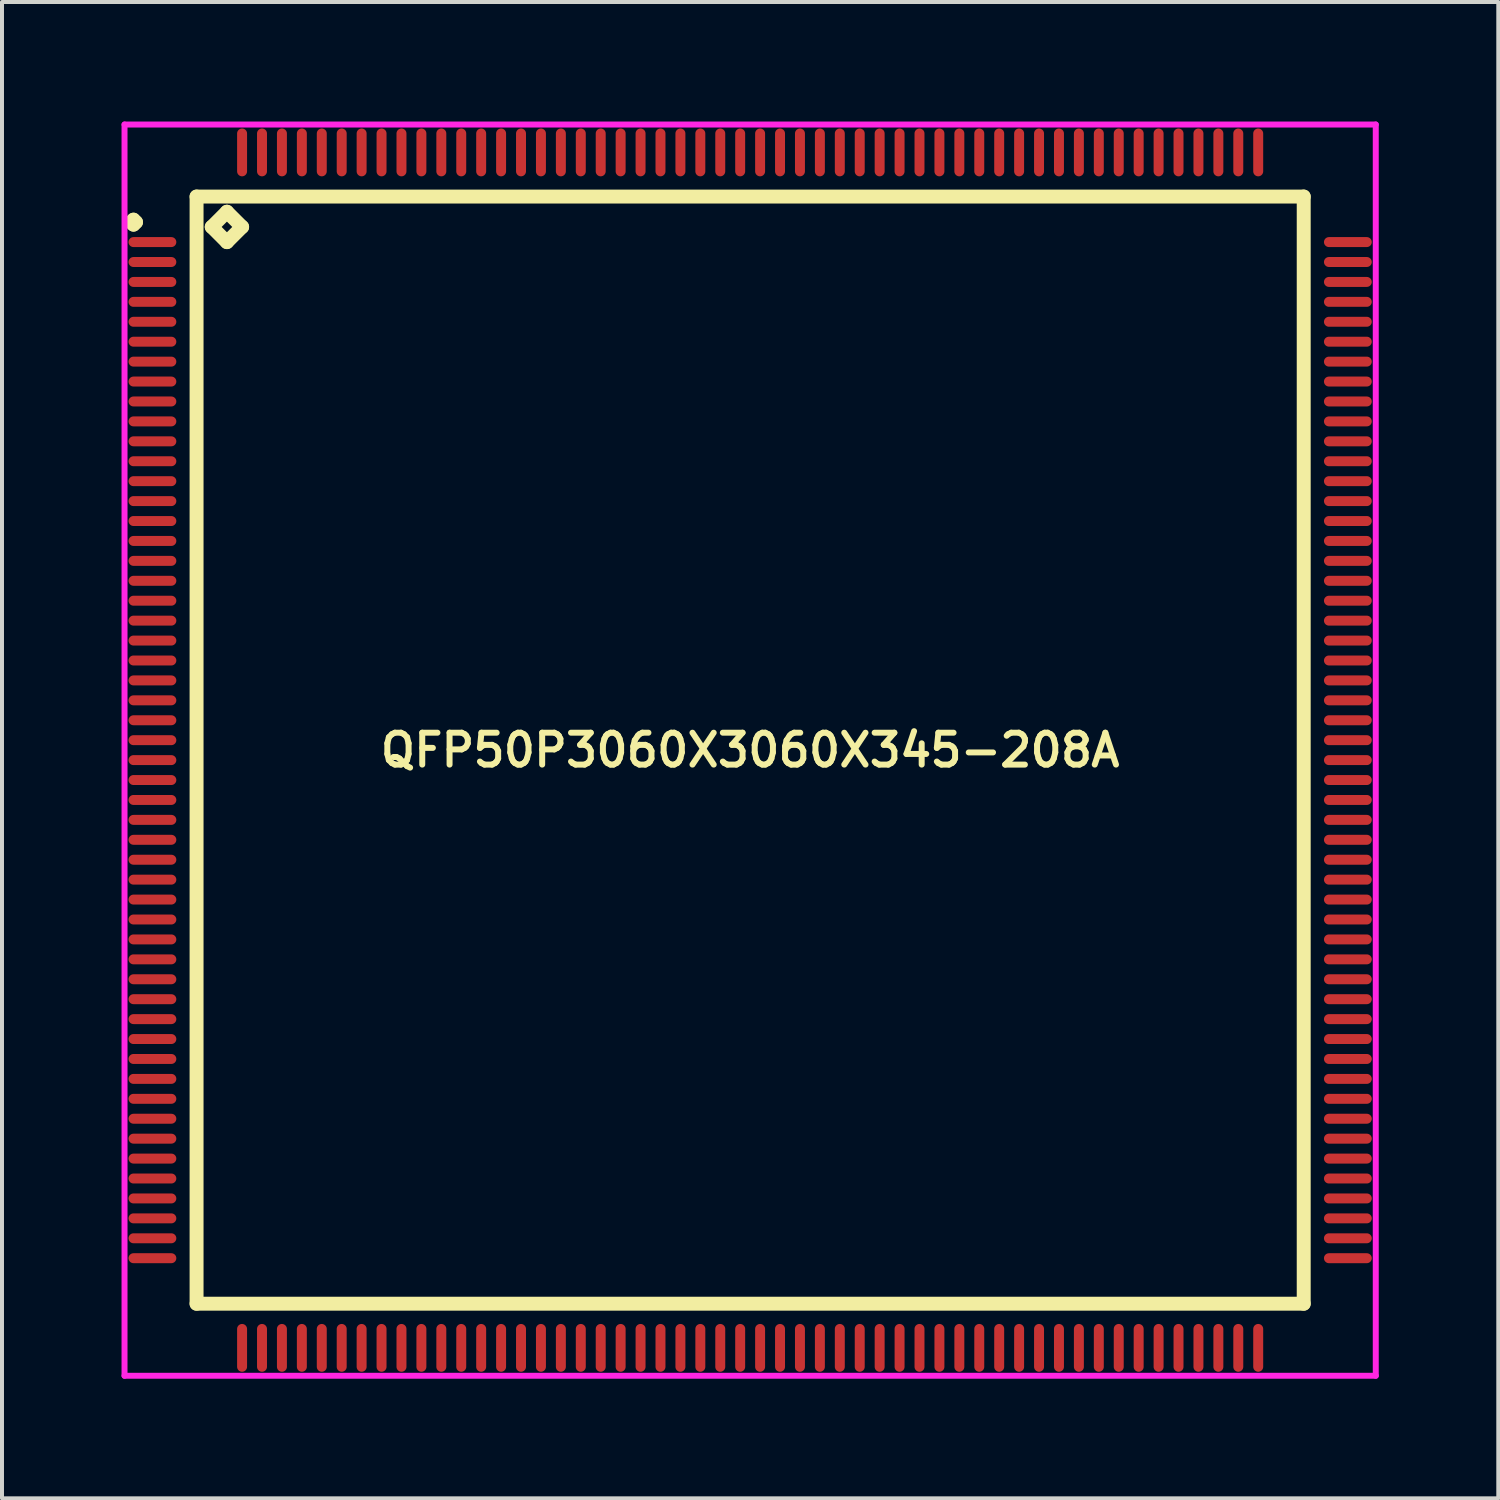
<source format=kicad_pcb>
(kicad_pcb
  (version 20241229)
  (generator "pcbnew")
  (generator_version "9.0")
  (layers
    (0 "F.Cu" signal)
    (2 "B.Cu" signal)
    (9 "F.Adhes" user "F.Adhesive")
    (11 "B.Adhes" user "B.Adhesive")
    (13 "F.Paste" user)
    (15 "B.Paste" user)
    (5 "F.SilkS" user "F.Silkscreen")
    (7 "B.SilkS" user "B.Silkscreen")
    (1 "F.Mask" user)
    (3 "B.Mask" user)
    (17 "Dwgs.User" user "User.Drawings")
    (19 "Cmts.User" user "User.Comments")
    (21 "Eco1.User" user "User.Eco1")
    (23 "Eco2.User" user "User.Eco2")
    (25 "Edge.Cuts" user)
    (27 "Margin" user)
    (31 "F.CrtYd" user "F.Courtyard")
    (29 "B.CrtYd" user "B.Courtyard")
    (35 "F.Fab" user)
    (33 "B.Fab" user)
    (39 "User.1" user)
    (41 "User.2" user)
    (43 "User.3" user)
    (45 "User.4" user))
  (footprint "QFP50P3060X3060X345-208A"
    (layer "F.Cu")
    (at 15.775 15.775)
    (property "Reference" "QFP50P3060X3060X345-208A" (at 0 0 0) (layer "F.SilkS") (effects (font (size 0.8 0.8) (thickness 0.15))))
    (attr through_hole)
    (fp_line (start -15.537 -13.25) (end -15.475 -13.312) (stroke (width 0.35) (type solid)) (layer "F.SilkS"))
    (fp_line (start -15.475 -13.312) (end -15.412 -13.25) (stroke (width 0.35) (type solid)) (layer "F.SilkS"))
    (fp_line (start -15.475 -13.188) (end -15.537 -13.25) (stroke (width 0.35) (type solid)) (layer "F.SilkS"))
    (fp_line (start -15.412 -13.25) (end -15.475 -13.188) (stroke (width 0.35) (type solid)) (layer "F.SilkS"))
    (fp_line (start -13.892 -13.892) (end -13.892 13.892) (stroke (width 0.35) (type solid)) (layer "F.SilkS"))
    (fp_line (start -13.892 13.892) (end 13.892 13.892) (stroke (width 0.35) (type solid)) (layer "F.SilkS"))
    (fp_line (start -13.511 -13.13) (end -13.13 -13.511) (stroke (width 0.35) (type solid)) (layer "F.SilkS"))
    (fp_line (start -13.13 -13.511) (end -12.749 -13.13) (stroke (width 0.35) (type solid)) (layer "F.SilkS"))
    (fp_line (start -13.13 -12.749) (end -13.511 -13.13) (stroke (width 0.35) (type solid)) (layer "F.SilkS"))
    (fp_line (start -12.749 -13.13) (end -13.13 -12.749) (stroke (width 0.35) (type solid)) (layer "F.SilkS"))
    (fp_line (start 13.892 -13.892) (end -13.892 -13.892) (stroke (width 0.35) (type solid)) (layer "F.SilkS"))
    (fp_line (start 13.892 13.892) (end 13.892 -13.892) (stroke (width 0.35) (type solid)) (layer "F.SilkS"))
    (fp_line (start -15.7 -15.7) (end 15.7 -15.7) (stroke (width 0.15) (type solid)) (layer "F.CrtYd"))
    (fp_line (start -15.7 15.7) (end -15.7 -15.7) (stroke (width 0.15) (type solid)) (layer "F.CrtYd"))
    (fp_line (start 15.7 -15.7) (end 15.7 15.7) (stroke (width 0.15) (type solid)) (layer "F.CrtYd"))
    (fp_line (start 15.7 15.7) (end -15.7 15.7) (stroke (width 0.15) (type solid)) (layer "F.CrtYd"))
    (pad "1" smd oval (at -15 -12.75) (size 1.2 0.25) (layers "F.Cu" "F.Mask" "F.Paste"))
    (pad "2" smd oval (at -15 -12.25) (size 1.2 0.25) (layers "F.Cu" "F.Mask" "F.Paste"))
    (pad "3" smd oval (at -15 -11.75) (size 1.2 0.25) (layers "F.Cu" "F.Mask" "F.Paste"))
    (pad "4" smd oval (at -15 -11.25) (size 1.2 0.25) (layers "F.Cu" "F.Mask" "F.Paste"))
    (pad "5" smd oval (at -15 -10.75) (size 1.2 0.25) (layers "F.Cu" "F.Mask" "F.Paste"))
    (pad "6" smd oval (at -15 -10.25) (size 1.2 0.25) (layers "F.Cu" "F.Mask" "F.Paste"))
    (pad "7" smd oval (at -15 -9.75) (size 1.2 0.25) (layers "F.Cu" "F.Mask" "F.Paste"))
    (pad "8" smd oval (at -15 -9.25) (size 1.2 0.25) (layers "F.Cu" "F.Mask" "F.Paste"))
    (pad "9" smd oval (at -15 -8.75) (size 1.2 0.25) (layers "F.Cu" "F.Mask" "F.Paste"))
    (pad "10" smd oval (at -15 -8.25) (size 1.2 0.25) (layers "F.Cu" "F.Mask" "F.Paste"))
    (pad "11" smd oval (at -15 -7.75) (size 1.2 0.25) (layers "F.Cu" "F.Mask" "F.Paste"))
    (pad "12" smd oval (at -15 -7.25) (size 1.2 0.25) (layers "F.Cu" "F.Mask" "F.Paste"))
    (pad "13" smd oval (at -15 -6.75) (size 1.2 0.25) (layers "F.Cu" "F.Mask" "F.Paste"))
    (pad "14" smd oval (at -15 -6.25) (size 1.2 0.25) (layers "F.Cu" "F.Mask" "F.Paste"))
    (pad "15" smd oval (at -15 -5.75) (size 1.2 0.25) (layers "F.Cu" "F.Mask" "F.Paste"))
    (pad "16" smd oval (at -15 -5.25) (size 1.2 0.25) (layers "F.Cu" "F.Mask" "F.Paste"))
    (pad "17" smd oval (at -15 -4.75) (size 1.2 0.25) (layers "F.Cu" "F.Mask" "F.Paste"))
    (pad "18" smd oval (at -15 -4.25) (size 1.2 0.25) (layers "F.Cu" "F.Mask" "F.Paste"))
    (pad "19" smd oval (at -15 -3.75) (size 1.2 0.25) (layers "F.Cu" "F.Mask" "F.Paste"))
    (pad "20" smd oval (at -15 -3.25) (size 1.2 0.25) (layers "F.Cu" "F.Mask" "F.Paste"))
    (pad "21" smd oval (at -15 -2.75) (size 1.2 0.25) (layers "F.Cu" "F.Mask" "F.Paste"))
    (pad "22" smd oval (at -15 -2.25) (size 1.2 0.25) (layers "F.Cu" "F.Mask" "F.Paste"))
    (pad "23" smd oval (at -15 -1.75) (size 1.2 0.25) (layers "F.Cu" "F.Mask" "F.Paste"))
    (pad "24" smd oval (at -15 -1.25) (size 1.2 0.25) (layers "F.Cu" "F.Mask" "F.Paste"))
    (pad "25" smd oval (at -15 -0.75) (size 1.2 0.25) (layers "F.Cu" "F.Mask" "F.Paste"))
    (pad "26" smd oval (at -15 -0.25) (size 1.2 0.25) (layers "F.Cu" "F.Mask" "F.Paste"))
    (pad "27" smd oval (at -15 0.25) (size 1.2 0.25) (layers "F.Cu" "F.Mask" "F.Paste"))
    (pad "28" smd oval (at -15 0.75) (size 1.2 0.25) (layers "F.Cu" "F.Mask" "F.Paste"))
    (pad "29" smd oval (at -15 1.25) (size 1.2 0.25) (layers "F.Cu" "F.Mask" "F.Paste"))
    (pad "30" smd oval (at -15 1.75) (size 1.2 0.25) (layers "F.Cu" "F.Mask" "F.Paste"))
    (pad "31" smd oval (at -15 2.25) (size 1.2 0.25) (layers "F.Cu" "F.Mask" "F.Paste"))
    (pad "32" smd oval (at -15 2.75) (size 1.2 0.25) (layers "F.Cu" "F.Mask" "F.Paste"))
    (pad "33" smd oval (at -15 3.25) (size 1.2 0.25) (layers "F.Cu" "F.Mask" "F.Paste"))
    (pad "34" smd oval (at -15 3.75) (size 1.2 0.25) (layers "F.Cu" "F.Mask" "F.Paste"))
    (pad "35" smd oval (at -15 4.25) (size 1.2 0.25) (layers "F.Cu" "F.Mask" "F.Paste"))
    (pad "36" smd oval (at -15 4.75) (size 1.2 0.25) (layers "F.Cu" "F.Mask" "F.Paste"))
    (pad "37" smd oval (at -15 5.25) (size 1.2 0.25) (layers "F.Cu" "F.Mask" "F.Paste"))
    (pad "38" smd oval (at -15 5.75) (size 1.2 0.25) (layers "F.Cu" "F.Mask" "F.Paste"))
    (pad "39" smd oval (at -15 6.25) (size 1.2 0.25) (layers "F.Cu" "F.Mask" "F.Paste"))
    (pad "40" smd oval (at -15 6.75) (size 1.2 0.25) (layers "F.Cu" "F.Mask" "F.Paste"))
    (pad "41" smd oval (at -15 7.25) (size 1.2 0.25) (layers "F.Cu" "F.Mask" "F.Paste"))
    (pad "42" smd oval (at -15 7.75) (size 1.2 0.25) (layers "F.Cu" "F.Mask" "F.Paste"))
    (pad "43" smd oval (at -15 8.25) (size 1.2 0.25) (layers "F.Cu" "F.Mask" "F.Paste"))
    (pad "44" smd oval (at -15 8.75) (size 1.2 0.25) (layers "F.Cu" "F.Mask" "F.Paste"))
    (pad "45" smd oval (at -15 9.25) (size 1.2 0.25) (layers "F.Cu" "F.Mask" "F.Paste"))
    (pad "46" smd oval (at -15 9.75) (size 1.2 0.25) (layers "F.Cu" "F.Mask" "F.Paste"))
    (pad "47" smd oval (at -15 10.25) (size 1.2 0.25) (layers "F.Cu" "F.Mask" "F.Paste"))
    (pad "48" smd oval (at -15 10.75) (size 1.2 0.25) (layers "F.Cu" "F.Mask" "F.Paste"))
    (pad "49" smd oval (at -15 11.25) (size 1.2 0.25) (layers "F.Cu" "F.Mask" "F.Paste"))
    (pad "50" smd oval (at -15 11.75) (size 1.2 0.25) (layers "F.Cu" "F.Mask" "F.Paste"))
    (pad "51" smd oval (at -15 12.25) (size 1.2 0.25) (layers "F.Cu" "F.Mask" "F.Paste"))
    (pad "52" smd oval (at -15 12.75) (size 1.2 0.25) (layers "F.Cu" "F.Mask" "F.Paste"))
    (pad "53" smd oval (at -12.75 15) (size 0.25 1.2) (layers "F.Cu" "F.Mask" "F.Paste"))
    (pad "54" smd oval (at -12.25 15) (size 0.25 1.2) (layers "F.Cu" "F.Mask" "F.Paste"))
    (pad "55" smd oval (at -11.75 15) (size 0.25 1.2) (layers "F.Cu" "F.Mask" "F.Paste"))
    (pad "56" smd oval (at -11.25 15) (size 0.25 1.2) (layers "F.Cu" "F.Mask" "F.Paste"))
    (pad "57" smd oval (at -10.75 15) (size 0.25 1.2) (layers "F.Cu" "F.Mask" "F.Paste"))
    (pad "58" smd oval (at -10.25 15) (size 0.25 1.2) (layers "F.Cu" "F.Mask" "F.Paste"))
    (pad "59" smd oval (at -9.75 15) (size 0.25 1.2) (layers "F.Cu" "F.Mask" "F.Paste"))
    (pad "60" smd oval (at -9.25 15) (size 0.25 1.2) (layers "F.Cu" "F.Mask" "F.Paste"))
    (pad "61" smd oval (at -8.75 15) (size 0.25 1.2) (layers "F.Cu" "F.Mask" "F.Paste"))
    (pad "62" smd oval (at -8.25 15) (size 0.25 1.2) (layers "F.Cu" "F.Mask" "F.Paste"))
    (pad "63" smd oval (at -7.75 15) (size 0.25 1.2) (layers "F.Cu" "F.Mask" "F.Paste"))
    (pad "64" smd oval (at -7.25 15) (size 0.25 1.2) (layers "F.Cu" "F.Mask" "F.Paste"))
    (pad "65" smd oval (at -6.75 15) (size 0.25 1.2) (layers "F.Cu" "F.Mask" "F.Paste"))
    (pad "66" smd oval (at -6.25 15) (size 0.25 1.2) (layers "F.Cu" "F.Mask" "F.Paste"))
    (pad "67" smd oval (at -5.75 15) (size 0.25 1.2) (layers "F.Cu" "F.Mask" "F.Paste"))
    (pad "68" smd oval (at -5.25 15) (size 0.25 1.2) (layers "F.Cu" "F.Mask" "F.Paste"))
    (pad "69" smd oval (at -4.75 15) (size 0.25 1.2) (layers "F.Cu" "F.Mask" "F.Paste"))
    (pad "70" smd oval (at -4.25 15) (size 0.25 1.2) (layers "F.Cu" "F.Mask" "F.Paste"))
    (pad "71" smd oval (at -3.75 15) (size 0.25 1.2) (layers "F.Cu" "F.Mask" "F.Paste"))
    (pad "72" smd oval (at -3.25 15) (size 0.25 1.2) (layers "F.Cu" "F.Mask" "F.Paste"))
    (pad "73" smd oval (at -2.75 15) (size 0.25 1.2) (layers "F.Cu" "F.Mask" "F.Paste"))
    (pad "74" smd oval (at -2.25 15) (size 0.25 1.2) (layers "F.Cu" "F.Mask" "F.Paste"))
    (pad "75" smd oval (at -1.75 15) (size 0.25 1.2) (layers "F.Cu" "F.Mask" "F.Paste"))
    (pad "76" smd oval (at -1.25 15) (size 0.25 1.2) (layers "F.Cu" "F.Mask" "F.Paste"))
    (pad "77" smd oval (at -0.75 15) (size 0.25 1.2) (layers "F.Cu" "F.Mask" "F.Paste"))
    (pad "78" smd oval (at -0.25 15) (size 0.25 1.2) (layers "F.Cu" "F.Mask" "F.Paste"))
    (pad "79" smd oval (at 0.25 15) (size 0.25 1.2) (layers "F.Cu" "F.Mask" "F.Paste"))
    (pad "80" smd oval (at 0.75 15) (size 0.25 1.2) (layers "F.Cu" "F.Mask" "F.Paste"))
    (pad "81" smd oval (at 1.25 15) (size 0.25 1.2) (layers "F.Cu" "F.Mask" "F.Paste"))
    (pad "82" smd oval (at 1.75 15) (size 0.25 1.2) (layers "F.Cu" "F.Mask" "F.Paste"))
    (pad "83" smd oval (at 2.25 15) (size 0.25 1.2) (layers "F.Cu" "F.Mask" "F.Paste"))
    (pad "84" smd oval (at 2.75 15) (size 0.25 1.2) (layers "F.Cu" "F.Mask" "F.Paste"))
    (pad "85" smd oval (at 3.25 15) (size 0.25 1.2) (layers "F.Cu" "F.Mask" "F.Paste"))
    (pad "86" smd oval (at 3.75 15) (size 0.25 1.2) (layers "F.Cu" "F.Mask" "F.Paste"))
    (pad "87" smd oval (at 4.25 15) (size 0.25 1.2) (layers "F.Cu" "F.Mask" "F.Paste"))
    (pad "88" smd oval (at 4.75 15) (size 0.25 1.2) (layers "F.Cu" "F.Mask" "F.Paste"))
    (pad "89" smd oval (at 5.25 15) (size 0.25 1.2) (layers "F.Cu" "F.Mask" "F.Paste"))
    (pad "90" smd oval (at 5.75 15) (size 0.25 1.2) (layers "F.Cu" "F.Mask" "F.Paste"))
    (pad "91" smd oval (at 6.25 15) (size 0.25 1.2) (layers "F.Cu" "F.Mask" "F.Paste"))
    (pad "92" smd oval (at 6.75 15) (size 0.25 1.2) (layers "F.Cu" "F.Mask" "F.Paste"))
    (pad "93" smd oval (at 7.25 15) (size 0.25 1.2) (layers "F.Cu" "F.Mask" "F.Paste"))
    (pad "94" smd oval (at 7.75 15) (size 0.25 1.2) (layers "F.Cu" "F.Mask" "F.Paste"))
    (pad "95" smd oval (at 8.25 15) (size 0.25 1.2) (layers "F.Cu" "F.Mask" "F.Paste"))
    (pad "96" smd oval (at 8.75 15) (size 0.25 1.2) (layers "F.Cu" "F.Mask" "F.Paste"))
    (pad "97" smd oval (at 9.25 15) (size 0.25 1.2) (layers "F.Cu" "F.Mask" "F.Paste"))
    (pad "98" smd oval (at 9.75 15) (size 0.25 1.2) (layers "F.Cu" "F.Mask" "F.Paste"))
    (pad "99" smd oval (at 10.25 15) (size 0.25 1.2) (layers "F.Cu" "F.Mask" "F.Paste"))
    (pad "100" smd oval (at 10.75 15) (size 0.25 1.2) (layers "F.Cu" "F.Mask" "F.Paste"))
    (pad "101" smd oval (at 11.25 15) (size 0.25 1.2) (layers "F.Cu" "F.Mask" "F.Paste"))
    (pad "102" smd oval (at 11.75 15) (size 0.25 1.2) (layers "F.Cu" "F.Mask" "F.Paste"))
    (pad "103" smd oval (at 12.25 15) (size 0.25 1.2) (layers "F.Cu" "F.Mask" "F.Paste"))
    (pad "104" smd oval (at 12.75 15) (size 0.25 1.2) (layers "F.Cu" "F.Mask" "F.Paste"))
    (pad "105" smd oval (at 15 12.75) (size 1.2 0.25) (layers "F.Cu" "F.Mask" "F.Paste"))
    (pad "106" smd oval (at 15 12.25) (size 1.2 0.25) (layers "F.Cu" "F.Mask" "F.Paste"))
    (pad "107" smd oval (at 15 11.75) (size 1.2 0.25) (layers "F.Cu" "F.Mask" "F.Paste"))
    (pad "108" smd oval (at 15 11.25) (size 1.2 0.25) (layers "F.Cu" "F.Mask" "F.Paste"))
    (pad "109" smd oval (at 15 10.75) (size 1.2 0.25) (layers "F.Cu" "F.Mask" "F.Paste"))
    (pad "110" smd oval (at 15 10.25) (size 1.2 0.25) (layers "F.Cu" "F.Mask" "F.Paste"))
    (pad "111" smd oval (at 15 9.75) (size 1.2 0.25) (layers "F.Cu" "F.Mask" "F.Paste"))
    (pad "112" smd oval (at 15 9.25) (size 1.2 0.25) (layers "F.Cu" "F.Mask" "F.Paste"))
    (pad "113" smd oval (at 15 8.75) (size 1.2 0.25) (layers "F.Cu" "F.Mask" "F.Paste"))
    (pad "114" smd oval (at 15 8.25) (size 1.2 0.25) (layers "F.Cu" "F.Mask" "F.Paste"))
    (pad "115" smd oval (at 15 7.75) (size 1.2 0.25) (layers "F.Cu" "F.Mask" "F.Paste"))
    (pad "116" smd oval (at 15 7.25) (size 1.2 0.25) (layers "F.Cu" "F.Mask" "F.Paste"))
    (pad "117" smd oval (at 15 6.75) (size 1.2 0.25) (layers "F.Cu" "F.Mask" "F.Paste"))
    (pad "118" smd oval (at 15 6.25) (size 1.2 0.25) (layers "F.Cu" "F.Mask" "F.Paste"))
    (pad "119" smd oval (at 15 5.75) (size 1.2 0.25) (layers "F.Cu" "F.Mask" "F.Paste"))
    (pad "120" smd oval (at 15 5.25) (size 1.2 0.25) (layers "F.Cu" "F.Mask" "F.Paste"))
    (pad "121" smd oval (at 15 4.75) (size 1.2 0.25) (layers "F.Cu" "F.Mask" "F.Paste"))
    (pad "122" smd oval (at 15 4.25) (size 1.2 0.25) (layers "F.Cu" "F.Mask" "F.Paste"))
    (pad "123" smd oval (at 15 3.75) (size 1.2 0.25) (layers "F.Cu" "F.Mask" "F.Paste"))
    (pad "124" smd oval (at 15 3.25) (size 1.2 0.25) (layers "F.Cu" "F.Mask" "F.Paste"))
    (pad "125" smd oval (at 15 2.75) (size 1.2 0.25) (layers "F.Cu" "F.Mask" "F.Paste"))
    (pad "126" smd oval (at 15 2.25) (size 1.2 0.25) (layers "F.Cu" "F.Mask" "F.Paste"))
    (pad "127" smd oval (at 15 1.75) (size 1.2 0.25) (layers "F.Cu" "F.Mask" "F.Paste"))
    (pad "128" smd oval (at 15 1.25) (size 1.2 0.25) (layers "F.Cu" "F.Mask" "F.Paste"))
    (pad "129" smd oval (at 15 0.75) (size 1.2 0.25) (layers "F.Cu" "F.Mask" "F.Paste"))
    (pad "130" smd oval (at 15 0.25) (size 1.2 0.25) (layers "F.Cu" "F.Mask" "F.Paste"))
    (pad "131" smd oval (at 15 -0.25) (size 1.2 0.25) (layers "F.Cu" "F.Mask" "F.Paste"))
    (pad "132" smd oval (at 15 -0.75) (size 1.2 0.25) (layers "F.Cu" "F.Mask" "F.Paste"))
    (pad "133" smd oval (at 15 -1.25) (size 1.2 0.25) (layers "F.Cu" "F.Mask" "F.Paste"))
    (pad "134" smd oval (at 15 -1.75) (size 1.2 0.25) (layers "F.Cu" "F.Mask" "F.Paste"))
    (pad "135" smd oval (at 15 -2.25) (size 1.2 0.25) (layers "F.Cu" "F.Mask" "F.Paste"))
    (pad "136" smd oval (at 15 -2.75) (size 1.2 0.25) (layers "F.Cu" "F.Mask" "F.Paste"))
    (pad "137" smd oval (at 15 -3.25) (size 1.2 0.25) (layers "F.Cu" "F.Mask" "F.Paste"))
    (pad "138" smd oval (at 15 -3.75) (size 1.2 0.25) (layers "F.Cu" "F.Mask" "F.Paste"))
    (pad "139" smd oval (at 15 -4.25) (size 1.2 0.25) (layers "F.Cu" "F.Mask" "F.Paste"))
    (pad "140" smd oval (at 15 -4.75) (size 1.2 0.25) (layers "F.Cu" "F.Mask" "F.Paste"))
    (pad "141" smd oval (at 15 -5.25) (size 1.2 0.25) (layers "F.Cu" "F.Mask" "F.Paste"))
    (pad "142" smd oval (at 15 -5.75) (size 1.2 0.25) (layers "F.Cu" "F.Mask" "F.Paste"))
    (pad "143" smd oval (at 15 -6.25) (size 1.2 0.25) (layers "F.Cu" "F.Mask" "F.Paste"))
    (pad "144" smd oval (at 15 -6.75) (size 1.2 0.25) (layers "F.Cu" "F.Mask" "F.Paste"))
    (pad "145" smd oval (at 15 -7.25) (size 1.2 0.25) (layers "F.Cu" "F.Mask" "F.Paste"))
    (pad "146" smd oval (at 15 -7.75) (size 1.2 0.25) (layers "F.Cu" "F.Mask" "F.Paste"))
    (pad "147" smd oval (at 15 -8.25) (size 1.2 0.25) (layers "F.Cu" "F.Mask" "F.Paste"))
    (pad "148" smd oval (at 15 -8.75) (size 1.2 0.25) (layers "F.Cu" "F.Mask" "F.Paste"))
    (pad "149" smd oval (at 15 -9.25) (size 1.2 0.25) (layers "F.Cu" "F.Mask" "F.Paste"))
    (pad "150" smd oval (at 15 -9.75) (size 1.2 0.25) (layers "F.Cu" "F.Mask" "F.Paste"))
    (pad "151" smd oval (at 15 -10.25) (size 1.2 0.25) (layers "F.Cu" "F.Mask" "F.Paste"))
    (pad "152" smd oval (at 15 -10.75) (size 1.2 0.25) (layers "F.Cu" "F.Mask" "F.Paste"))
    (pad "153" smd oval (at 15 -11.25) (size 1.2 0.25) (layers "F.Cu" "F.Mask" "F.Paste"))
    (pad "154" smd oval (at 15 -11.75) (size 1.2 0.25) (layers "F.Cu" "F.Mask" "F.Paste"))
    (pad "155" smd oval (at 15 -12.25) (size 1.2 0.25) (layers "F.Cu" "F.Mask" "F.Paste"))
    (pad "156" smd oval (at 15 -12.75) (size 1.2 0.25) (layers "F.Cu" "F.Mask" "F.Paste"))
    (pad "157" smd oval (at 12.75 -15) (size 0.25 1.2) (layers "F.Cu" "F.Mask" "F.Paste"))
    (pad "158" smd oval (at 12.25 -15) (size 0.25 1.2) (layers "F.Cu" "F.Mask" "F.Paste"))
    (pad "159" smd oval (at 11.75 -15) (size 0.25 1.2) (layers "F.Cu" "F.Mask" "F.Paste"))
    (pad "160" smd oval (at 11.25 -15) (size 0.25 1.2) (layers "F.Cu" "F.Mask" "F.Paste"))
    (pad "161" smd oval (at 10.75 -15) (size 0.25 1.2) (layers "F.Cu" "F.Mask" "F.Paste"))
    (pad "162" smd oval (at 10.25 -15) (size 0.25 1.2) (layers "F.Cu" "F.Mask" "F.Paste"))
    (pad "163" smd oval (at 9.75 -15) (size 0.25 1.2) (layers "F.Cu" "F.Mask" "F.Paste"))
    (pad "164" smd oval (at 9.25 -15) (size 0.25 1.2) (layers "F.Cu" "F.Mask" "F.Paste"))
    (pad "165" smd oval (at 8.75 -15) (size 0.25 1.2) (layers "F.Cu" "F.Mask" "F.Paste"))
    (pad "166" smd oval (at 8.25 -15) (size 0.25 1.2) (layers "F.Cu" "F.Mask" "F.Paste"))
    (pad "167" smd oval (at 7.75 -15) (size 0.25 1.2) (layers "F.Cu" "F.Mask" "F.Paste"))
    (pad "168" smd oval (at 7.25 -15) (size 0.25 1.2) (layers "F.Cu" "F.Mask" "F.Paste"))
    (pad "169" smd oval (at 6.75 -15) (size 0.25 1.2) (layers "F.Cu" "F.Mask" "F.Paste"))
    (pad "170" smd oval (at 6.25 -15) (size 0.25 1.2) (layers "F.Cu" "F.Mask" "F.Paste"))
    (pad "171" smd oval (at 5.75 -15) (size 0.25 1.2) (layers "F.Cu" "F.Mask" "F.Paste"))
    (pad "172" smd oval (at 5.25 -15) (size 0.25 1.2) (layers "F.Cu" "F.Mask" "F.Paste"))
    (pad "173" smd oval (at 4.75 -15) (size 0.25 1.2) (layers "F.Cu" "F.Mask" "F.Paste"))
    (pad "174" smd oval (at 4.25 -15) (size 0.25 1.2) (layers "F.Cu" "F.Mask" "F.Paste"))
    (pad "175" smd oval (at 3.75 -15) (size 0.25 1.2) (layers "F.Cu" "F.Mask" "F.Paste"))
    (pad "176" smd oval (at 3.25 -15) (size 0.25 1.2) (layers "F.Cu" "F.Mask" "F.Paste"))
    (pad "177" smd oval (at 2.75 -15) (size 0.25 1.2) (layers "F.Cu" "F.Mask" "F.Paste"))
    (pad "178" smd oval (at 2.25 -15) (size 0.25 1.2) (layers "F.Cu" "F.Mask" "F.Paste"))
    (pad "179" smd oval (at 1.75 -15) (size 0.25 1.2) (layers "F.Cu" "F.Mask" "F.Paste"))
    (pad "180" smd oval (at 1.25 -15) (size 0.25 1.2) (layers "F.Cu" "F.Mask" "F.Paste"))
    (pad "181" smd oval (at 0.75 -15) (size 0.25 1.2) (layers "F.Cu" "F.Mask" "F.Paste"))
    (pad "182" smd oval (at 0.25 -15) (size 0.25 1.2) (layers "F.Cu" "F.Mask" "F.Paste"))
    (pad "183" smd oval (at -0.25 -15) (size 0.25 1.2) (layers "F.Cu" "F.Mask" "F.Paste"))
    (pad "184" smd oval (at -0.75 -15) (size 0.25 1.2) (layers "F.Cu" "F.Mask" "F.Paste"))
    (pad "185" smd oval (at -1.25 -15) (size 0.25 1.2) (layers "F.Cu" "F.Mask" "F.Paste"))
    (pad "186" smd oval (at -1.75 -15) (size 0.25 1.2) (layers "F.Cu" "F.Mask" "F.Paste"))
    (pad "187" smd oval (at -2.25 -15) (size 0.25 1.2) (layers "F.Cu" "F.Mask" "F.Paste"))
    (pad "188" smd oval (at -2.75 -15) (size 0.25 1.2) (layers "F.Cu" "F.Mask" "F.Paste"))
    (pad "189" smd oval (at -3.25 -15) (size 0.25 1.2) (layers "F.Cu" "F.Mask" "F.Paste"))
    (pad "190" smd oval (at -3.75 -15) (size 0.25 1.2) (layers "F.Cu" "F.Mask" "F.Paste"))
    (pad "191" smd oval (at -4.25 -15) (size 0.25 1.2) (layers "F.Cu" "F.Mask" "F.Paste"))
    (pad "192" smd oval (at -4.75 -15) (size 0.25 1.2) (layers "F.Cu" "F.Mask" "F.Paste"))
    (pad "193" smd oval (at -5.25 -15) (size 0.25 1.2) (layers "F.Cu" "F.Mask" "F.Paste"))
    (pad "194" smd oval (at -5.75 -15) (size 0.25 1.2) (layers "F.Cu" "F.Mask" "F.Paste"))
    (pad "195" smd oval (at -6.25 -15) (size 0.25 1.2) (layers "F.Cu" "F.Mask" "F.Paste"))
    (pad "196" smd oval (at -6.75 -15) (size 0.25 1.2) (layers "F.Cu" "F.Mask" "F.Paste"))
    (pad "197" smd oval (at -7.25 -15) (size 0.25 1.2) (layers "F.Cu" "F.Mask" "F.Paste"))
    (pad "198" smd oval (at -7.75 -15) (size 0.25 1.2) (layers "F.Cu" "F.Mask" "F.Paste"))
    (pad "199" smd oval (at -8.25 -15) (size 0.25 1.2) (layers "F.Cu" "F.Mask" "F.Paste"))
    (pad "200" smd oval (at -8.75 -15) (size 0.25 1.2) (layers "F.Cu" "F.Mask" "F.Paste"))
    (pad "201" smd oval (at -9.25 -15) (size 0.25 1.2) (layers "F.Cu" "F.Mask" "F.Paste"))
    (pad "202" smd oval (at -9.75 -15) (size 0.25 1.2) (layers "F.Cu" "F.Mask" "F.Paste"))
    (pad "203" smd oval (at -10.25 -15) (size 0.25 1.2) (layers "F.Cu" "F.Mask" "F.Paste"))
    (pad "204" smd oval (at -10.75 -15) (size 0.25 1.2) (layers "F.Cu" "F.Mask" "F.Paste"))
    (pad "205" smd oval (at -11.25 -15) (size 0.25 1.2) (layers "F.Cu" "F.Mask" "F.Paste"))
    (pad "206" smd oval (at -11.75 -15) (size 0.25 1.2) (layers "F.Cu" "F.Mask" "F.Paste"))
    (pad "207" smd oval (at -12.25 -15) (size 0.25 1.2) (layers "F.Cu" "F.Mask" "F.Paste"))
    (pad "208" smd oval (at -12.75 -15) (size 0.25 1.2) (layers "F.Cu" "F.Mask" "F.Paste")))
  (gr_rect
    (start -3 -3)
    (end 34.55 34.55)
    (stroke (width 0.1) (type default))
    (fill no)
    (layer "Edge.Cuts")))
</source>
